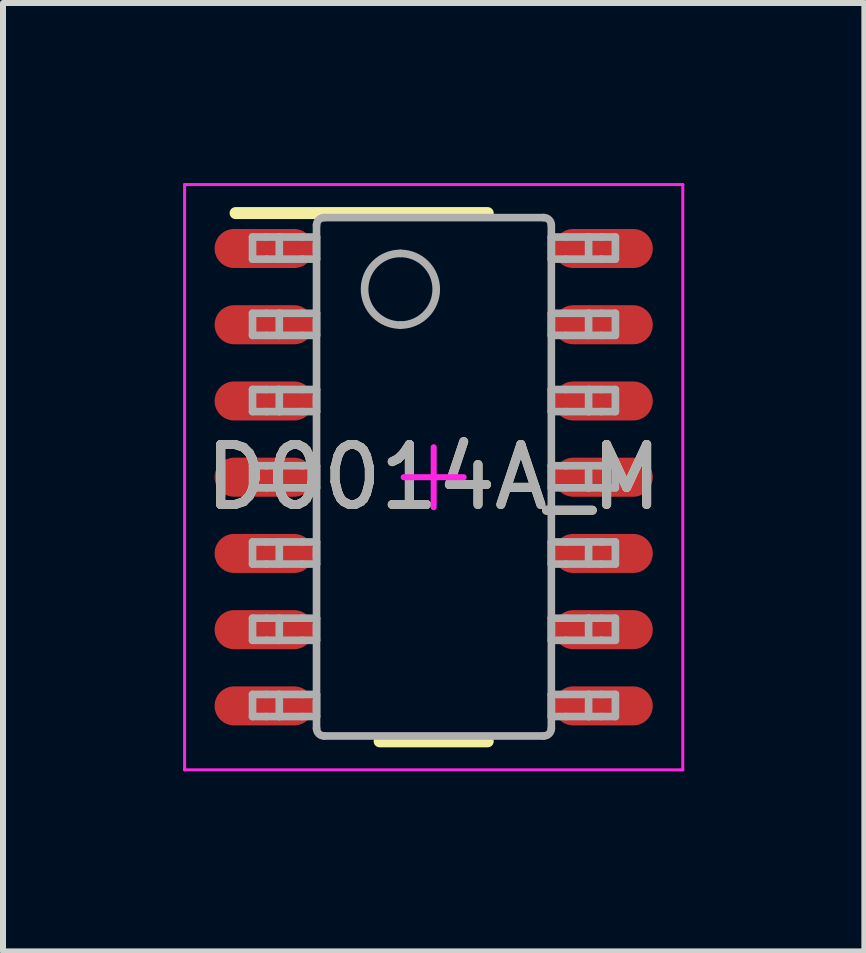
<source format=kicad_pcb>
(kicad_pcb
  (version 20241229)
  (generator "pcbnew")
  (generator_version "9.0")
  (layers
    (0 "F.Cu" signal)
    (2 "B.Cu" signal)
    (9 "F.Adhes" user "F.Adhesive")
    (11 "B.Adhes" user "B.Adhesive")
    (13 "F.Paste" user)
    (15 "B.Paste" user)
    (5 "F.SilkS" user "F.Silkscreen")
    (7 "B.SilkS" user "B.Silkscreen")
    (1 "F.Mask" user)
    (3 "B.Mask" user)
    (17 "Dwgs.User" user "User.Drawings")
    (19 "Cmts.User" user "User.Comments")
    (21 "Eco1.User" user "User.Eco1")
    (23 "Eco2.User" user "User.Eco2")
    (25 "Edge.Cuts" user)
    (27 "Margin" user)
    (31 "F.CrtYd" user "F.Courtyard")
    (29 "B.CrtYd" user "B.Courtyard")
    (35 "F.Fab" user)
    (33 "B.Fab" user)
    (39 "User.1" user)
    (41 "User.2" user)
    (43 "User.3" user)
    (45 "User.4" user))
  (footprint "D0014A_M"
    (layer "F.Cu")
    (at 4.175 4.9)
    (property "Reference" "D0014A_M" (at 0 0 0) (unlocked yes) (layer "F.SilkS") (effects (font (size 1 1) (thickness 0.15))))
    (attr smd)
    (fp_line (start -3.3 -4.4) (end 0.9 -4.4) (stroke (width 0.2) (type solid)) (layer "F.SilkS"))
    (fp_line (start -0.9 4.4) (end 0.9 4.4) (stroke (width 0.2) (type solid)) (layer "F.SilkS"))
    (fp_line (start -4.15 -4.875) (end 4.15 -4.875) (stroke (width 0.05) (type solid)) (layer "F.CrtYd"))
    (fp_line (start -4.15 4.875) (end -4.15 -4.875) (stroke (width 0.05) (type solid)) (layer "F.CrtYd"))
    (fp_line (start -4.15 4.875) (end 4.15 4.875) (stroke (width 0.05) (type solid)) (layer "F.CrtYd"))
    (fp_line (start -0.5 0) (end 0.5 0) (stroke (width 0.1) (type solid)) (layer "F.CrtYd"))
    (fp_line (start 0 0.5) (end 0 -0.5) (stroke (width 0.1) (type solid)) (layer "F.CrtYd"))
    (fp_line (start 4.15 4.875) (end 4.15 -4.875) (stroke (width 0.05) (type solid)) (layer "F.CrtYd"))
    (fp_line (start -3.018 -4.001) (end -2.785 -4.001) (stroke (width 0.127) (type solid)) (layer "F.Fab"))
    (fp_line (start -3.018 -3.633) (end -3.018 -4.001) (stroke (width 0.127) (type solid)) (layer "F.Fab"))
    (fp_line (start -3.018 -3.633) (end -2.785 -3.633) (stroke (width 0.127) (type solid)) (layer "F.Fab"))
    (fp_line (start -3.018 -2.731) (end -2.785 -2.731) (stroke (width 0.127) (type solid)) (layer "F.Fab"))
    (fp_line (start -3.018 -2.363) (end -3.018 -2.731) (stroke (width 0.127) (type solid)) (layer "F.Fab"))
    (fp_line (start -3.018 -2.363) (end -2.785 -2.363) (stroke (width 0.127) (type solid)) (layer "F.Fab"))
    (fp_line (start -3.018 -1.461) (end -2.785 -1.461) (stroke (width 0.127) (type solid)) (layer "F.Fab"))
    (fp_line (start -3.018 -1.093) (end -3.018 -1.461) (stroke (width 0.127) (type solid)) (layer "F.Fab"))
    (fp_line (start -3.018 -1.093) (end -2.785 -1.093) (stroke (width 0.127) (type solid)) (layer "F.Fab"))
    (fp_line (start -3.018 -0.191) (end -2.785 -0.191) (stroke (width 0.127) (type solid)) (layer "F.Fab"))
    (fp_line (start -3.018 0.177) (end -3.018 -0.191) (stroke (width 0.127) (type solid)) (layer "F.Fab"))
    (fp_line (start -3.018 0.177) (end -2.785 0.177) (stroke (width 0.127) (type solid)) (layer "F.Fab"))
    (fp_line (start -3.018 1.079) (end -2.785 1.079) (stroke (width 0.127) (type solid)) (layer "F.Fab"))
    (fp_line (start -3.018 1.447) (end -3.018 1.079) (stroke (width 0.127) (type solid)) (layer "F.Fab"))
    (fp_line (start -3.018 1.447) (end -2.785 1.447) (stroke (width 0.127) (type solid)) (layer "F.Fab"))
    (fp_line (start -3.018 2.349) (end -2.785 2.349) (stroke (width 0.127) (type solid)) (layer "F.Fab"))
    (fp_line (start -3.018 2.717) (end -3.018 2.349) (stroke (width 0.127) (type solid)) (layer "F.Fab"))
    (fp_line (start -3.018 2.717) (end -2.785 2.717) (stroke (width 0.127) (type solid)) (layer "F.Fab"))
    (fp_line (start -3.018 3.619) (end -2.785 3.619) (stroke (width 0.127) (type solid)) (layer "F.Fab"))
    (fp_line (start -3.018 3.987) (end -3.018 3.619) (stroke (width 0.127) (type solid)) (layer "F.Fab"))
    (fp_line (start -3.018 3.987) (end -2.785 3.987) (stroke (width 0.127) (type solid)) (layer "F.Fab"))
    (fp_line (start -2.785 -4.001) (end -2.572 -4.001) (stroke (width 0.127) (type solid)) (layer "F.Fab"))
    (fp_line (start -2.785 -3.633) (end -2.572 -3.633) (stroke (width 0.127) (type solid)) (layer "F.Fab"))
    (fp_line (start -2.785 -2.731) (end -2.572 -2.731) (stroke (width 0.127) (type solid)) (layer "F.Fab"))
    (fp_line (start -2.785 -2.363) (end -2.572 -2.363) (stroke (width 0.127) (type solid)) (layer "F.Fab"))
    (fp_line (start -2.785 -1.461) (end -2.572 -1.461) (stroke (width 0.127) (type solid)) (layer "F.Fab"))
    (fp_line (start -2.785 -1.093) (end -2.572 -1.093) (stroke (width 0.127) (type solid)) (layer "F.Fab"))
    (fp_line (start -2.785 -0.191) (end -2.572 -0.191) (stroke (width 0.127) (type solid)) (layer "F.Fab"))
    (fp_line (start -2.785 0.177) (end -2.572 0.177) (stroke (width 0.127) (type solid)) (layer "F.Fab"))
    (fp_line (start -2.785 1.079) (end -2.572 1.079) (stroke (width 0.127) (type solid)) (layer "F.Fab"))
    (fp_line (start -2.785 1.447) (end -2.572 1.447) (stroke (width 0.127) (type solid)) (layer "F.Fab"))
    (fp_line (start -2.785 2.349) (end -2.572 2.349) (stroke (width 0.127) (type solid)) (layer "F.Fab"))
    (fp_line (start -2.785 2.717) (end -2.572 2.717) (stroke (width 0.127) (type solid)) (layer "F.Fab"))
    (fp_line (start -2.785 3.619) (end -2.572 3.619) (stroke (width 0.127) (type solid)) (layer "F.Fab"))
    (fp_line (start -2.785 3.987) (end -2.572 3.987) (stroke (width 0.127) (type solid)) (layer "F.Fab"))
    (fp_line (start -2.572 -4.001) (end -2.191 -4.001) (stroke (width 0.127) (type solid)) (layer "F.Fab"))
    (fp_line (start -2.572 -3.633) (end -2.572 -4.001) (stroke (width 0.127) (type solid)) (layer "F.Fab"))
    (fp_line (start -2.572 -3.633) (end -2.191 -3.633) (stroke (width 0.127) (type solid)) (layer "F.Fab"))
    (fp_line (start -2.572 -2.731) (end -2.191 -2.731) (stroke (width 0.127) (type solid)) (layer "F.Fab"))
    (fp_line (start -2.572 -2.363) (end -2.572 -2.731) (stroke (width 0.127) (type solid)) (layer "F.Fab"))
    (fp_line (start -2.572 -2.363) (end -2.191 -2.363) (stroke (width 0.127) (type solid)) (layer "F.Fab"))
    (fp_line (start -2.572 -1.461) (end -2.191 -1.461) (stroke (width 0.127) (type solid)) (layer "F.Fab"))
    (fp_line (start -2.572 -1.093) (end -2.572 -1.461) (stroke (width 0.127) (type solid)) (layer "F.Fab"))
    (fp_line (start -2.572 -1.093) (end -2.191 -1.093) (stroke (width 0.127) (type solid)) (layer "F.Fab"))
    (fp_line (start -2.572 -0.191) (end -2.191 -0.191) (stroke (width 0.127) (type solid)) (layer "F.Fab"))
    (fp_line (start -2.572 0.177) (end -2.572 -0.191) (stroke (width 0.127) (type solid)) (layer "F.Fab"))
    (fp_line (start -2.572 0.177) (end -2.191 0.177) (stroke (width 0.127) (type solid)) (layer "F.Fab"))
    (fp_line (start -2.572 1.079) (end -2.191 1.079) (stroke (width 0.127) (type solid)) (layer "F.Fab"))
    (fp_line (start -2.572 1.447) (end -2.572 1.079) (stroke (width 0.127) (type solid)) (layer "F.Fab"))
    (fp_line (start -2.572 1.447) (end -2.191 1.447) (stroke (width 0.127) (type solid)) (layer "F.Fab"))
    (fp_line (start -2.572 2.349) (end -2.191 2.349) (stroke (width 0.127) (type solid)) (layer "F.Fab"))
    (fp_line (start -2.572 2.717) (end -2.572 2.349) (stroke (width 0.127) (type solid)) (layer "F.Fab"))
    (fp_line (start -2.572 2.717) (end -2.191 2.717) (stroke (width 0.127) (type solid)) (layer "F.Fab"))
    (fp_line (start -2.572 3.619) (end -2.191 3.619) (stroke (width 0.127) (type solid)) (layer "F.Fab"))
    (fp_line (start -2.572 3.987) (end -2.572 3.619) (stroke (width 0.127) (type solid)) (layer "F.Fab"))
    (fp_line (start -2.572 3.987) (end -2.191 3.987) (stroke (width 0.127) (type solid)) (layer "F.Fab"))
    (fp_line (start -2.191 -4.001) (end -1.952 -4.001) (stroke (width 0.127) (type solid)) (layer "F.Fab"))
    (fp_line (start -2.191 -3.633) (end -1.952 -3.633) (stroke (width 0.127) (type solid)) (layer "F.Fab"))
    (fp_line (start -2.191 -2.731) (end -1.952 -2.731) (stroke (width 0.127) (type solid)) (layer "F.Fab"))
    (fp_line (start -2.191 -2.363) (end -1.952 -2.363) (stroke (width 0.127) (type solid)) (layer "F.Fab"))
    (fp_line (start -2.191 -1.461) (end -1.952 -1.461) (stroke (width 0.127) (type solid)) (layer "F.Fab"))
    (fp_line (start -2.191 -1.093) (end -1.952 -1.093) (stroke (width 0.127) (type solid)) (layer "F.Fab"))
    (fp_line (start -2.191 -0.191) (end -1.952 -0.191) (stroke (width 0.127) (type solid)) (layer "F.Fab"))
    (fp_line (start -2.191 0.177) (end -1.952 0.177) (stroke (width 0.127) (type solid)) (layer "F.Fab"))
    (fp_line (start -2.191 1.079) (end -1.952 1.079) (stroke (width 0.127) (type solid)) (layer "F.Fab"))
    (fp_line (start -2.191 1.447) (end -1.952 1.447) (stroke (width 0.127) (type solid)) (layer "F.Fab"))
    (fp_line (start -2.191 2.349) (end -1.952 2.349) (stroke (width 0.127) (type solid)) (layer "F.Fab"))
    (fp_line (start -2.191 2.717) (end -1.952 2.717) (stroke (width 0.127) (type solid)) (layer "F.Fab"))
    (fp_line (start -2.191 3.619) (end -1.952 3.619) (stroke (width 0.127) (type solid)) (layer "F.Fab"))
    (fp_line (start -2.191 3.987) (end -1.952 3.987) (stroke (width 0.127) (type solid)) (layer "F.Fab"))
    (fp_line (start -1.952 -3.633) (end -1.952 -4.001) (stroke (width 0.127) (type solid)) (layer "F.Fab"))
    (fp_line (start -1.952 -2.363) (end -1.952 -2.731) (stroke (width 0.127) (type solid)) (layer "F.Fab"))
    (fp_line (start -1.952 -1.093) (end -1.952 -1.461) (stroke (width 0.127) (type solid)) (layer "F.Fab"))
    (fp_line (start -1.952 0.177) (end -1.952 -0.191) (stroke (width 0.127) (type solid)) (layer "F.Fab"))
    (fp_line (start -1.952 1.447) (end -1.952 1.079) (stroke (width 0.127) (type solid)) (layer "F.Fab"))
    (fp_line (start -1.952 2.717) (end -1.952 2.349) (stroke (width 0.127) (type solid)) (layer "F.Fab"))
    (fp_line (start -1.952 3.987) (end -1.952 3.619) (stroke (width 0.127) (type solid)) (layer "F.Fab"))
    (fp_line (start -1.952 4.184) (end -1.952 -4.198) (stroke (width 0.127) (type solid)) (layer "F.Fab"))
    (fp_line (start -1.825 -4.325) (end 1.834 -4.325) (stroke (width 0.127) (type solid)) (layer "F.Fab"))
    (fp_line (start -1.825 4.311) (end 1.834 4.311) (stroke (width 0.127) (type solid)) (layer "F.Fab"))
    (fp_line (start 1.96 -4.001) (end 2.2 -4.001) (stroke (width 0.127) (type solid)) (layer "F.Fab"))
    (fp_line (start 1.96 -3.633) (end 1.96 -4.001) (stroke (width 0.127) (type solid)) (layer "F.Fab"))
    (fp_line (start 1.96 -3.633) (end 2.2 -3.633) (stroke (width 0.127) (type solid)) (layer "F.Fab"))
    (fp_line (start 1.96 -2.731) (end 2.2 -2.731) (stroke (width 0.127) (type solid)) (layer "F.Fab"))
    (fp_line (start 1.96 -2.363) (end 1.96 -2.731) (stroke (width 0.127) (type solid)) (layer "F.Fab"))
    (fp_line (start 1.96 -2.363) (end 2.2 -2.363) (stroke (width 0.127) (type solid)) (layer "F.Fab"))
    (fp_line (start 1.96 -1.461) (end 2.2 -1.461) (stroke (width 0.127) (type solid)) (layer "F.Fab"))
    (fp_line (start 1.96 -1.093) (end 1.96 -1.461) (stroke (width 0.127) (type solid)) (layer "F.Fab"))
    (fp_line (start 1.96 -1.093) (end 2.2 -1.093) (stroke (width 0.127) (type solid)) (layer "F.Fab"))
    (fp_line (start 1.96 -0.191) (end 2.2 -0.191) (stroke (width 0.127) (type solid)) (layer "F.Fab"))
    (fp_line (start 1.96 0.177) (end 1.96 -0.191) (stroke (width 0.127) (type solid)) (layer "F.Fab"))
    (fp_line (start 1.96 0.177) (end 2.2 0.177) (stroke (width 0.127) (type solid)) (layer "F.Fab"))
    (fp_line (start 1.96 1.079) (end 2.2 1.079) (stroke (width 0.127) (type solid)) (layer "F.Fab"))
    (fp_line (start 1.96 1.447) (end 1.96 1.079) (stroke (width 0.127) (type solid)) (layer "F.Fab"))
    (fp_line (start 1.96 1.447) (end 2.2 1.447) (stroke (width 0.127) (type solid)) (layer "F.Fab"))
    (fp_line (start 1.96 2.349) (end 2.2 2.349) (stroke (width 0.127) (type solid)) (layer "F.Fab"))
    (fp_line (start 1.96 2.717) (end 1.96 2.349) (stroke (width 0.127) (type solid)) (layer "F.Fab"))
    (fp_line (start 1.96 2.717) (end 2.2 2.717) (stroke (width 0.127) (type solid)) (layer "F.Fab"))
    (fp_line (start 1.96 3.619) (end 2.2 3.619) (stroke (width 0.127) (type solid)) (layer "F.Fab"))
    (fp_line (start 1.96 3.987) (end 1.96 3.619) (stroke (width 0.127) (type solid)) (layer "F.Fab"))
    (fp_line (start 1.96 3.987) (end 2.2 3.987) (stroke (width 0.127) (type solid)) (layer "F.Fab"))
    (fp_line (start 1.96 4.184) (end 1.96 -4.198) (stroke (width 0.127) (type solid)) (layer "F.Fab"))
    (fp_line (start 2.2 -4.001) (end 2.581 -4.001) (stroke (width 0.127) (type solid)) (layer "F.Fab"))
    (fp_line (start 2.2 -3.633) (end 2.581 -3.633) (stroke (width 0.127) (type solid)) (layer "F.Fab"))
    (fp_line (start 2.2 -2.731) (end 2.581 -2.731) (stroke (width 0.127) (type solid)) (layer "F.Fab"))
    (fp_line (start 2.2 -2.363) (end 2.581 -2.363) (stroke (width 0.127) (type solid)) (layer "F.Fab"))
    (fp_line (start 2.2 -1.461) (end 2.581 -1.461) (stroke (width 0.127) (type solid)) (layer "F.Fab"))
    (fp_line (start 2.2 -1.093) (end 2.581 -1.093) (stroke (width 0.127) (type solid)) (layer "F.Fab"))
    (fp_line (start 2.2 -0.191) (end 2.581 -0.191) (stroke (width 0.127) (type solid)) (layer "F.Fab"))
    (fp_line (start 2.2 0.177) (end 2.581 0.177) (stroke (width 0.127) (type solid)) (layer "F.Fab"))
    (fp_line (start 2.2 1.079) (end 2.581 1.079) (stroke (width 0.127) (type solid)) (layer "F.Fab"))
    (fp_line (start 2.2 1.447) (end 2.581 1.447) (stroke (width 0.127) (type solid)) (layer "F.Fab"))
    (fp_line (start 2.2 2.349) (end 2.581 2.349) (stroke (width 0.127) (type solid)) (layer "F.Fab"))
    (fp_line (start 2.2 2.717) (end 2.581 2.717) (stroke (width 0.127) (type solid)) (layer "F.Fab"))
    (fp_line (start 2.2 3.619) (end 2.581 3.619) (stroke (width 0.127) (type solid)) (layer "F.Fab"))
    (fp_line (start 2.2 3.987) (end 2.581 3.987) (stroke (width 0.127) (type solid)) (layer "F.Fab"))
    (fp_line (start 2.581 -4.001) (end 2.794 -4.001) (stroke (width 0.127) (type solid)) (layer "F.Fab"))
    (fp_line (start 2.581 -3.633) (end 2.581 -4.001) (stroke (width 0.127) (type solid)) (layer "F.Fab"))
    (fp_line (start 2.581 -3.633) (end 2.794 -3.633) (stroke (width 0.127) (type solid)) (layer "F.Fab"))
    (fp_line (start 2.581 -2.731) (end 2.794 -2.731) (stroke (width 0.127) (type solid)) (layer "F.Fab"))
    (fp_line (start 2.581 -2.363) (end 2.581 -2.731) (stroke (width 0.127) (type solid)) (layer "F.Fab"))
    (fp_line (start 2.581 -2.363) (end 2.794 -2.363) (stroke (width 0.127) (type solid)) (layer "F.Fab"))
    (fp_line (start 2.581 -1.461) (end 2.794 -1.461) (stroke (width 0.127) (type solid)) (layer "F.Fab"))
    (fp_line (start 2.581 -1.093) (end 2.581 -1.461) (stroke (width 0.127) (type solid)) (layer "F.Fab"))
    (fp_line (start 2.581 -1.093) (end 2.794 -1.093) (stroke (width 0.127) (type solid)) (layer "F.Fab"))
    (fp_line (start 2.581 -0.191) (end 2.794 -0.191) (stroke (width 0.127) (type solid)) (layer "F.Fab"))
    (fp_line (start 2.581 0.177) (end 2.581 -0.191) (stroke (width 0.127) (type solid)) (layer "F.Fab"))
    (fp_line (start 2.581 0.177) (end 2.794 0.177) (stroke (width 0.127) (type solid)) (layer "F.Fab"))
    (fp_line (start 2.581 1.079) (end 2.794 1.079) (stroke (width 0.127) (type solid)) (layer "F.Fab"))
    (fp_line (start 2.581 1.447) (end 2.581 1.079) (stroke (width 0.127) (type solid)) (layer "F.Fab"))
    (fp_line (start 2.581 1.447) (end 2.794 1.447) (stroke (width 0.127) (type solid)) (layer "F.Fab"))
    (fp_line (start 2.581 2.349) (end 2.794 2.349) (stroke (width 0.127) (type solid)) (layer "F.Fab"))
    (fp_line (start 2.581 2.717) (end 2.581 2.349) (stroke (width 0.127) (type solid)) (layer "F.Fab"))
    (fp_line (start 2.581 2.717) (end 2.794 2.717) (stroke (width 0.127) (type solid)) (layer "F.Fab"))
    (fp_line (start 2.581 3.619) (end 2.794 3.619) (stroke (width 0.127) (type solid)) (layer "F.Fab"))
    (fp_line (start 2.581 3.987) (end 2.581 3.619) (stroke (width 0.127) (type solid)) (layer "F.Fab"))
    (fp_line (start 2.581 3.987) (end 2.794 3.987) (stroke (width 0.127) (type solid)) (layer "F.Fab"))
    (fp_line (start 2.794 -4.001) (end 3.027 -4.001) (stroke (width 0.127) (type solid)) (layer "F.Fab"))
    (fp_line (start 2.794 -3.633) (end 3.027 -3.633) (stroke (width 0.127) (type solid)) (layer "F.Fab"))
    (fp_line (start 2.794 -2.731) (end 3.027 -2.731) (stroke (width 0.127) (type solid)) (layer "F.Fab"))
    (fp_line (start 2.794 -2.363) (end 3.027 -2.363) (stroke (width 0.127) (type solid)) (layer "F.Fab"))
    (fp_line (start 2.794 -1.461) (end 3.027 -1.461) (stroke (width 0.127) (type solid)) (layer "F.Fab"))
    (fp_line (start 2.794 -1.093) (end 3.027 -1.093) (stroke (width 0.127) (type solid)) (layer "F.Fab"))
    (fp_line (start 2.794 -0.191) (end 3.027 -0.191) (stroke (width 0.127) (type solid)) (layer "F.Fab"))
    (fp_line (start 2.794 0.177) (end 3.027 0.177) (stroke (width 0.127) (type solid)) (layer "F.Fab"))
    (fp_line (start 2.794 1.079) (end 3.027 1.079) (stroke (width 0.127) (type solid)) (layer "F.Fab"))
    (fp_line (start 2.794 1.447) (end 3.027 1.447) (stroke (width 0.127) (type solid)) (layer "F.Fab"))
    (fp_line (start 2.794 2.349) (end 3.027 2.349) (stroke (width 0.127) (type solid)) (layer "F.Fab"))
    (fp_line (start 2.794 2.717) (end 3.027 2.717) (stroke (width 0.127) (type solid)) (layer "F.Fab"))
    (fp_line (start 2.794 3.619) (end 3.027 3.619) (stroke (width 0.127) (type solid)) (layer "F.Fab"))
    (fp_line (start 2.794 3.987) (end 3.027 3.987) (stroke (width 0.127) (type solid)) (layer "F.Fab"))
    (fp_line (start 3.027 -3.633) (end 3.027 -4.001) (stroke (width 0.127) (type solid)) (layer "F.Fab"))
    (fp_line (start 3.027 -2.363) (end 3.027 -2.731) (stroke (width 0.127) (type solid)) (layer "F.Fab"))
    (fp_line (start 3.027 -1.093) (end 3.027 -1.461) (stroke (width 0.127) (type solid)) (layer "F.Fab"))
    (fp_line (start 3.027 0.177) (end 3.027 -0.191) (stroke (width 0.127) (type solid)) (layer "F.Fab"))
    (fp_line (start 3.027 1.447) (end 3.027 1.079) (stroke (width 0.127) (type solid)) (layer "F.Fab"))
    (fp_line (start 3.027 2.717) (end 3.027 2.349) (stroke (width 0.127) (type solid)) (layer "F.Fab"))
    (fp_line (start 3.027 3.987) (end 3.027 3.619) (stroke (width 0.127) (type solid)) (layer "F.Fab"))
    (fp_arc (start -1.951542 -4.198456) (mid -1.91434 -4.287798) (end -1.824999 -4.324999) (stroke (width 0.127) (type solid)) (layer "F.Fab"))
    (fp_arc (start -1.824999 4.310999) (mid -1.914335 4.27381) (end -1.951542 4.184481) (stroke (width 0.127) (type solid)) (layer "F.Fab"))
    (fp_arc (start -0.554543 -3.7281) (mid 0.042357 -3.1312) (end -0.554543 -2.5343) (stroke (width 0.127) (type solid)) (layer "F.Fab"))
    (fp_arc (start -0.554543 -2.5343) (mid -1.151443 -3.1312) (end -0.554543 -3.7281) (stroke (width 0.127) (type solid)) (layer "F.Fab"))
    (fp_arc (start 1.833539 -4.324999) (mid 1.922867 -4.287792) (end 1.960056 -4.198456) (stroke (width 0.127) (type solid)) (layer "F.Fab"))
    (fp_arc (start 1.960056 4.184481) (mid 1.922862 4.273805) (end 1.833538 4.310999) (stroke (width 0.127) (type solid)) (layer "F.Fab"))
    (fp_text user "${REFERENCE}" (at 0 0 0) (unlocked yes) (layer "F.Fab") (effects (font (size 1 1) (thickness 0.15))))
    (pad "1" smd oval (at -2.825 -3.81 90) (size 0.65 1.65) (layers "F.Cu" "F.Mask" "F.Paste"))
    (pad "2" smd oval (at -2.825 -2.54 90) (size 0.65 1.65) (layers "F.Cu" "F.Mask" "F.Paste"))
    (pad "3" smd oval (at -2.825 -1.27 90) (size 0.65 1.65) (layers "F.Cu" "F.Mask" "F.Paste"))
    (pad "4" smd oval (at -2.825 0 90) (size 0.65 1.65) (layers "F.Cu" "F.Mask" "F.Paste"))
    (pad "5" smd oval (at -2.825 1.27 90) (size 0.65 1.65) (layers "F.Cu" "F.Mask" "F.Paste"))
    (pad "6" smd oval (at -2.825 2.54 90) (size 0.65 1.65) (layers "F.Cu" "F.Mask" "F.Paste"))
    (pad "7" smd oval (at -2.825 3.81 90) (size 0.65 1.65) (layers "F.Cu" "F.Mask" "F.Paste"))
    (pad "8" smd oval (at 2.825 3.81 90) (size 0.65 1.65) (layers "F.Cu" "F.Mask" "F.Paste"))
    (pad "9" smd oval (at 2.825 2.54 90) (size 0.65 1.65) (layers "F.Cu" "F.Mask" "F.Paste"))
    (pad "10" smd oval (at 2.825 1.27 90) (size 0.65 1.65) (layers "F.Cu" "F.Mask" "F.Paste"))
    (pad "11" smd oval (at 2.825 0 90) (size 0.65 1.65) (layers "F.Cu" "F.Mask" "F.Paste"))
    (pad "12" smd oval (at 2.825 -1.27 90) (size 0.65 1.65) (layers "F.Cu" "F.Mask" "F.Paste"))
    (pad "13" smd oval (at 2.825 -2.54 90) (size 0.65 1.65) (layers "F.Cu" "F.Mask" "F.Paste"))
    (pad "14" smd oval (at 2.825 -3.81 90) (size 0.65 1.65) (layers "F.Cu" "F.Mask" "F.Paste")))
  (gr_rect
    (start -3 -3)
    (end 11.35 12.8)
    (stroke (width 0.1) (type default))
    (fill no)
    (layer "Edge.Cuts")))
</source>
